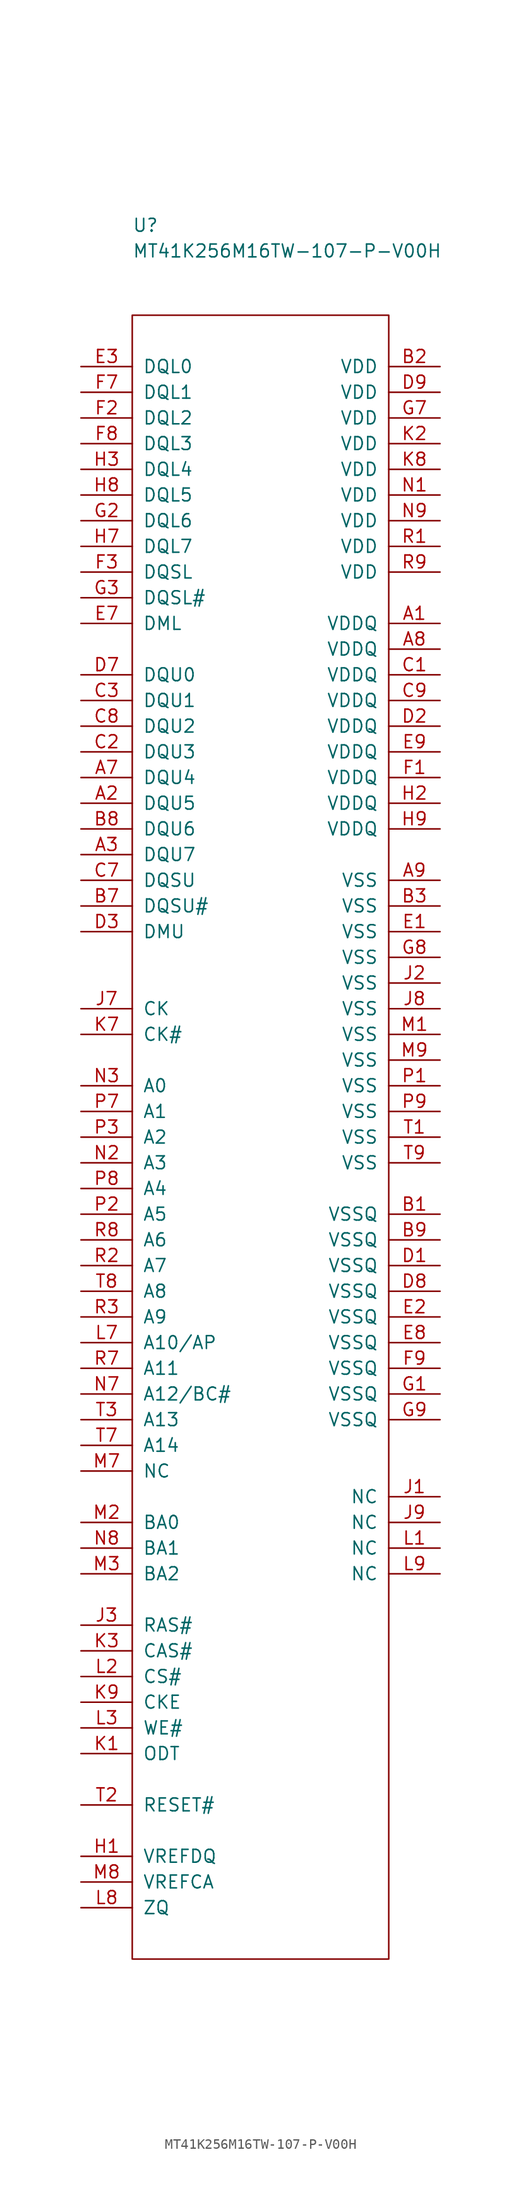
<source format=kicad_sym>
(kicad_symbol_lib
  (version 20211014)
  (generator kicad_symbol_editor)
  (symbol "MT41K256M16TW-107-P-V00H"
    (pin_names
      (offset 1.016))
    (property "Reference" "U"
      (at 0 8.89 0)
      (effects (font (size 1.27 1.27)) (justify left)))
    (property "Value" "MT41K256M16TW-107-P-V00H"
      (at 0 6.35 0)
      (effects (font (size 1.27 1.27)) (justify left)))
    (property "Footprint" ""
      (at 0 5.08 0)
      (effects (font (size 1.524 1.524))))
    (property "Datasheet" ""
      (at 0 5.08 0)
      (effects (font (size 1.524 1.524))))
    (symbol "MT41K256M16TW-107-P-V00H_0_1"
      (rectangle (start 0 0) (end 25.4 -162.56) (stroke (width 0.152) (type default) (color 0 0 0 0)) (fill (type none)))
      (pin passive line (at 30.48 -30.48 180) (length 5.08) (name "VDDQ" (effects (font (size 1.27 1.27)))) (number "A1" (effects (font (size 1.27 1.27)))))
      (pin passive line (at -5.08 -48.26 0) (length 5.08) (name "DQU5" (effects (font (size 1.27 1.27)))) (number "A2" (effects (font (size 1.27 1.27)))))
      (pin passive line (at -5.08 -53.34 0) (length 5.08) (name "DQU7" (effects (font (size 1.27 1.27)))) (number "A3" (effects (font (size 1.27 1.27)))))
      (pin passive line (at -5.08 -45.72 0) (length 5.08) (name "DQU4" (effects (font (size 1.27 1.27)))) (number "A7" (effects (font (size 1.27 1.27)))))
      (pin passive line (at 30.48 -33.02 180) (length 5.08) (name "VDDQ" (effects (font (size 1.27 1.27)))) (number "A8" (effects (font (size 1.27 1.27)))))
      (pin passive line (at 30.48 -55.88 180) (length 5.08) (name "VSS" (effects (font (size 1.27 1.27)))) (number "A9" (effects (font (size 1.27 1.27)))))
      (pin passive line (at 30.48 -88.9 180) (length 5.08) (name "VSSQ" (effects (font (size 1.27 1.27)))) (number "B1" (effects (font (size 1.27 1.27)))))
      (pin passive line (at 30.48 -5.08 180) (length 5.08) (name "VDD" (effects (font (size 1.27 1.27)))) (number "B2" (effects (font (size 1.27 1.27)))))
      (pin passive line (at 30.48 -58.42 180) (length 5.08) (name "VSS" (effects (font (size 1.27 1.27)))) (number "B3" (effects (font (size 1.27 1.27)))))
      (pin passive line (at -5.08 -58.42 0) (length 5.08) (name "DQSU#" (effects (font (size 1.27 1.27)))) (number "B7" (effects (font (size 1.27 1.27)))))
      (pin passive line (at -5.08 -50.8 0) (length 5.08) (name "DQU6" (effects (font (size 1.27 1.27)))) (number "B8" (effects (font (size 1.27 1.27)))))
      (pin passive line (at 30.48 -91.44 180) (length 5.08) (name "VSSQ" (effects (font (size 1.27 1.27)))) (number "B9" (effects (font (size 1.27 1.27)))))
      (pin passive line (at 30.48 -35.56 180) (length 5.08) (name "VDDQ" (effects (font (size 1.27 1.27)))) (number "C1" (effects (font (size 1.27 1.27)))))
      (pin passive line (at -5.08 -43.18 0) (length 5.08) (name "DQU3" (effects (font (size 1.27 1.27)))) (number "C2" (effects (font (size 1.27 1.27)))))
      (pin passive line (at -5.08 -38.1 0) (length 5.08) (name "DQU1" (effects (font (size 1.27 1.27)))) (number "C3" (effects (font (size 1.27 1.27)))))
      (pin passive line (at -5.08 -55.88 0) (length 5.08) (name "DQSU" (effects (font (size 1.27 1.27)))) (number "C7" (effects (font (size 1.27 1.27)))))
      (pin passive line (at -5.08 -40.64 0) (length 5.08) (name "DQU2" (effects (font (size 1.27 1.27)))) (number "C8" (effects (font (size 1.27 1.27)))))
      (pin passive line (at 30.48 -38.1 180) (length 5.08) (name "VDDQ" (effects (font (size 1.27 1.27)))) (number "C9" (effects (font (size 1.27 1.27)))))
      (pin passive line (at 30.48 -93.98 180) (length 5.08) (name "VSSQ" (effects (font (size 1.27 1.27)))) (number "D1" (effects (font (size 1.27 1.27)))))
      (pin passive line (at 30.48 -40.64 180) (length 5.08) (name "VDDQ" (effects (font (size 1.27 1.27)))) (number "D2" (effects (font (size 1.27 1.27)))))
      (pin passive line (at -5.08 -60.96 0) (length 5.08) (name "DMU" (effects (font (size 1.27 1.27)))) (number "D3" (effects (font (size 1.27 1.27)))))
      (pin passive line (at -5.08 -35.56 0) (length 5.08) (name "DQU0" (effects (font (size 1.27 1.27)))) (number "D7" (effects (font (size 1.27 1.27)))))
      (pin passive line (at 30.48 -96.52 180) (length 5.08) (name "VSSQ" (effects (font (size 1.27 1.27)))) (number "D8" (effects (font (size 1.27 1.27)))))
      (pin passive line (at 30.48 -7.62 180) (length 5.08) (name "VDD" (effects (font (size 1.27 1.27)))) (number "D9" (effects (font (size 1.27 1.27)))))
      (pin passive line (at 30.48 -60.96 180) (length 5.08) (name "VSS" (effects (font (size 1.27 1.27)))) (number "E1" (effects (font (size 1.27 1.27)))))
      (pin passive line (at 30.48 -99.06 180) (length 5.08) (name "VSSQ" (effects (font (size 1.27 1.27)))) (number "E2" (effects (font (size 1.27 1.27)))))
      (pin passive line (at -5.08 -5.08 0) (length 5.08) (name "DQL0" (effects (font (size 1.27 1.27)))) (number "E3" (effects (font (size 1.27 1.27)))))
      (pin passive line (at -5.08 -30.48 0) (length 5.08) (name "DML" (effects (font (size 1.27 1.27)))) (number "E7" (effects (font (size 1.27 1.27)))))
      (pin passive line (at 30.48 -101.6 180) (length 5.08) (name "VSSQ" (effects (font (size 1.27 1.27)))) (number "E8" (effects (font (size 1.27 1.27)))))
      (pin passive line (at 30.48 -43.18 180) (length 5.08) (name "VDDQ" (effects (font (size 1.27 1.27)))) (number "E9" (effects (font (size 1.27 1.27)))))
      (pin passive line (at 30.48 -45.72 180) (length 5.08) (name "VDDQ" (effects (font (size 1.27 1.27)))) (number "F1" (effects (font (size 1.27 1.27)))))
      (pin passive line (at -5.08 -10.16 0) (length 5.08) (name "DQL2" (effects (font (size 1.27 1.27)))) (number "F2" (effects (font (size 1.27 1.27)))))
      (pin passive line (at -5.08 -25.4 0) (length 5.08) (name "DQSL" (effects (font (size 1.27 1.27)))) (number "F3" (effects (font (size 1.27 1.27)))))
      (pin passive line (at -5.08 -7.62 0) (length 5.08) (name "DQL1" (effects (font (size 1.27 1.27)))) (number "F7" (effects (font (size 1.27 1.27)))))
      (pin passive line (at -5.08 -12.7 0) (length 5.08) (name "DQL3" (effects (font (size 1.27 1.27)))) (number "F8" (effects (font (size 1.27 1.27)))))
      (pin passive line (at 30.48 -104.14 180) (length 5.08) (name "VSSQ" (effects (font (size 1.27 1.27)))) (number "F9" (effects (font (size 1.27 1.27)))))
      (pin passive line (at 30.48 -106.68 180) (length 5.08) (name "VSSQ" (effects (font (size 1.27 1.27)))) (number "G1" (effects (font (size 1.27 1.27)))))
      (pin passive line (at -5.08 -20.32 0) (length 5.08) (name "DQL6" (effects (font (size 1.27 1.27)))) (number "G2" (effects (font (size 1.27 1.27)))))
      (pin passive line (at -5.08 -27.94 0) (length 5.08) (name "DQSL#" (effects (font (size 1.27 1.27)))) (number "G3" (effects (font (size 1.27 1.27)))))
      (pin passive line (at 30.48 -10.16 180) (length 5.08) (name "VDD" (effects (font (size 1.27 1.27)))) (number "G7" (effects (font (size 1.27 1.27)))))
      (pin passive line (at 30.48 -63.5 180) (length 5.08) (name "VSS" (effects (font (size 1.27 1.27)))) (number "G8" (effects (font (size 1.27 1.27)))))
      (pin passive line (at 30.48 -109.22 180) (length 5.08) (name "VSSQ" (effects (font (size 1.27 1.27)))) (number "G9" (effects (font (size 1.27 1.27)))))
      (pin passive line (at -5.08 -152.4 0) (length 5.08) (name "VREFDQ" (effects (font (size 1.27 1.27)))) (number "H1" (effects (font (size 1.27 1.27)))))
      (pin passive line (at 30.48 -48.26 180) (length 5.08) (name "VDDQ" (effects (font (size 1.27 1.27)))) (number "H2" (effects (font (size 1.27 1.27)))))
      (pin passive line (at -5.08 -15.24 0) (length 5.08) (name "DQL4" (effects (font (size 1.27 1.27)))) (number "H3" (effects (font (size 1.27 1.27)))))
      (pin passive line (at -5.08 -22.86 0) (length 5.08) (name "DQL7" (effects (font (size 1.27 1.27)))) (number "H7" (effects (font (size 1.27 1.27)))))
      (pin passive line (at -5.08 -17.78 0) (length 5.08) (name "DQL5" (effects (font (size 1.27 1.27)))) (number "H8" (effects (font (size 1.27 1.27)))))
      (pin passive line (at 30.48 -50.8 180) (length 5.08) (name "VDDQ" (effects (font (size 1.27 1.27)))) (number "H9" (effects (font (size 1.27 1.27)))))
      (pin passive line (at 30.48 -116.84 180) (length 5.08) (name "NC" (effects (font (size 1.27 1.27)))) (number "J1" (effects (font (size 1.27 1.27)))))
      (pin passive line (at 30.48 -66.04 180) (length 5.08) (name "VSS" (effects (font (size 1.27 1.27)))) (number "J2" (effects (font (size 1.27 1.27)))))
      (pin passive line (at -5.08 -129.54 0) (length 5.08) (name "RAS#" (effects (font (size 1.27 1.27)))) (number "J3" (effects (font (size 1.27 1.27)))))
      (pin passive line (at -5.08 -68.58 0) (length 5.08) (name "CK" (effects (font (size 1.27 1.27)))) (number "J7" (effects (font (size 1.27 1.27)))))
      (pin passive line (at 30.48 -68.58 180) (length 5.08) (name "VSS" (effects (font (size 1.27 1.27)))) (number "J8" (effects (font (size 1.27 1.27)))))
      (pin passive line (at 30.48 -119.38 180) (length 5.08) (name "NC" (effects (font (size 1.27 1.27)))) (number "J9" (effects (font (size 1.27 1.27)))))
      (pin passive line (at -5.08 -142.24 0) (length 5.08) (name "ODT" (effects (font (size 1.27 1.27)))) (number "K1" (effects (font (size 1.27 1.27)))))
      (pin passive line (at 30.48 -12.7 180) (length 5.08) (name "VDD" (effects (font (size 1.27 1.27)))) (number "K2" (effects (font (size 1.27 1.27)))))
      (pin passive line (at -5.08 -132.08 0) (length 5.08) (name "CAS#" (effects (font (size 1.27 1.27)))) (number "K3" (effects (font (size 1.27 1.27)))))
      (pin passive line (at -5.08 -71.12 0) (length 5.08) (name "CK#" (effects (font (size 1.27 1.27)))) (number "K7" (effects (font (size 1.27 1.27)))))
      (pin passive line (at 30.48 -15.24 180) (length 5.08) (name "VDD" (effects (font (size 1.27 1.27)))) (number "K8" (effects (font (size 1.27 1.27)))))
      (pin passive line (at -5.08 -137.16 0) (length 5.08) (name "CKE" (effects (font (size 1.27 1.27)))) (number "K9" (effects (font (size 1.27 1.27)))))
      (pin passive line (at 30.48 -121.92 180) (length 5.08) (name "NC" (effects (font (size 1.27 1.27)))) (number "L1" (effects (font (size 1.27 1.27)))))
      (pin passive line (at -5.08 -134.62 0) (length 5.08) (name "CS#" (effects (font (size 1.27 1.27)))) (number "L2" (effects (font (size 1.27 1.27)))))
      (pin passive line (at -5.08 -139.7 0) (length 5.08) (name "WE#" (effects (font (size 1.27 1.27)))) (number "L3" (effects (font (size 1.27 1.27)))))
      (pin passive line (at -5.08 -101.6 0) (length 5.08) (name "A10/AP" (effects (font (size 1.27 1.27)))) (number "L7" (effects (font (size 1.27 1.27)))))
      (pin passive line (at -5.08 -157.48 0) (length 5.08) (name "ZQ" (effects (font (size 1.27 1.27)))) (number "L8" (effects (font (size 1.27 1.27)))))
      (pin passive line (at 30.48 -124.46 180) (length 5.08) (name "NC" (effects (font (size 1.27 1.27)))) (number "L9" (effects (font (size 1.27 1.27)))))
      (pin passive line (at 30.48 -71.12 180) (length 5.08) (name "VSS" (effects (font (size 1.27 1.27)))) (number "M1" (effects (font (size 1.27 1.27)))))
      (pin passive line (at -5.08 -119.38 0) (length 5.08) (name "BA0" (effects (font (size 1.27 1.27)))) (number "M2" (effects (font (size 1.27 1.27)))))
      (pin passive line (at -5.08 -124.46 0) (length 5.08) (name "BA2" (effects (font (size 1.27 1.27)))) (number "M3" (effects (font (size 1.27 1.27)))))
      (pin passive line (at -5.08 -114.3 0) (length 5.08) (name "NC" (effects (font (size 1.27 1.27)))) (number "M7" (effects (font (size 1.27 1.27)))))
      (pin passive line (at -5.08 -154.94 0) (length 5.08) (name "VREFCA" (effects (font (size 1.27 1.27)))) (number "M8" (effects (font (size 1.27 1.27)))))
      (pin passive line (at 30.48 -73.66 180) (length 5.08) (name "VSS" (effects (font (size 1.27 1.27)))) (number "M9" (effects (font (size 1.27 1.27)))))
      (pin passive line (at 30.48 -17.78 180) (length 5.08) (name "VDD" (effects (font (size 1.27 1.27)))) (number "N1" (effects (font (size 1.27 1.27)))))
      (pin passive line (at -5.08 -83.82 0) (length 5.08) (name "A3" (effects (font (size 1.27 1.27)))) (number "N2" (effects (font (size 1.27 1.27)))))
      (pin passive line (at -5.08 -76.2 0) (length 5.08) (name "A0" (effects (font (size 1.27 1.27)))) (number "N3" (effects (font (size 1.27 1.27)))))
      (pin passive line (at -5.08 -106.68 0) (length 5.08) (name "A12/BC#" (effects (font (size 1.27 1.27)))) (number "N7" (effects (font (size 1.27 1.27)))))
      (pin passive line (at -5.08 -121.92 0) (length 5.08) (name "BA1" (effects (font (size 1.27 1.27)))) (number "N8" (effects (font (size 1.27 1.27)))))
      (pin passive line (at 30.48 -20.32 180) (length 5.08) (name "VDD" (effects (font (size 1.27 1.27)))) (number "N9" (effects (font (size 1.27 1.27)))))
      (pin passive line (at 30.48 -76.2 180) (length 5.08) (name "VSS" (effects (font (size 1.27 1.27)))) (number "P1" (effects (font (size 1.27 1.27)))))
      (pin passive line (at -5.08 -88.9 0) (length 5.08) (name "A5" (effects (font (size 1.27 1.27)))) (number "P2" (effects (font (size 1.27 1.27)))))
      (pin passive line (at -5.08 -81.28 0) (length 5.08) (name "A2" (effects (font (size 1.27 1.27)))) (number "P3" (effects (font (size 1.27 1.27)))))
      (pin passive line (at -5.08 -78.74 0) (length 5.08) (name "A1" (effects (font (size 1.27 1.27)))) (number "P7" (effects (font (size 1.27 1.27)))))
      (pin passive line (at -5.08 -86.36 0) (length 5.08) (name "A4" (effects (font (size 1.27 1.27)))) (number "P8" (effects (font (size 1.27 1.27)))))
      (pin passive line (at 30.48 -78.74 180) (length 5.08) (name "VSS" (effects (font (size 1.27 1.27)))) (number "P9" (effects (font (size 1.27 1.27)))))
      (pin passive line (at 30.48 -22.86 180) (length 5.08) (name "VDD" (effects (font (size 1.27 1.27)))) (number "R1" (effects (font (size 1.27 1.27)))))
      (pin passive line (at -5.08 -93.98 0) (length 5.08) (name "A7" (effects (font (size 1.27 1.27)))) (number "R2" (effects (font (size 1.27 1.27)))))
      (pin passive line (at -5.08 -99.06 0) (length 5.08) (name "A9" (effects (font (size 1.27 1.27)))) (number "R3" (effects (font (size 1.27 1.27)))))
      (pin passive line (at -5.08 -104.14 0) (length 5.08) (name "A11" (effects (font (size 1.27 1.27)))) (number "R7" (effects (font (size 1.27 1.27)))))
      (pin passive line (at -5.08 -91.44 0) (length 5.08) (name "A6" (effects (font (size 1.27 1.27)))) (number "R8" (effects (font (size 1.27 1.27)))))
      (pin passive line (at 30.48 -25.4 180) (length 5.08) (name "VDD" (effects (font (size 1.27 1.27)))) (number "R9" (effects (font (size 1.27 1.27)))))
      (pin passive line (at 30.48 -81.28 180) (length 5.08) (name "VSS" (effects (font (size 1.27 1.27)))) (number "T1" (effects (font (size 1.27 1.27)))))
      (pin passive line (at -5.08 -147.32 0) (length 5.08) (name "RESET#" (effects (font (size 1.27 1.27)))) (number "T2" (effects (font (size 1.27 1.27)))))
      (pin passive line (at -5.08 -109.22 0) (length 5.08) (name "A13" (effects (font (size 1.27 1.27)))) (number "T3" (effects (font (size 1.27 1.27)))))
      (pin passive line (at -5.08 -111.76 0) (length 5.08) (name "A14" (effects (font (size 1.27 1.27)))) (number "T7" (effects (font (size 1.27 1.27)))))
      (pin passive line (at -5.08 -96.52 0) (length 5.08) (name "A8" (effects (font (size 1.27 1.27)))) (number "T8" (effects (font (size 1.27 1.27)))))
      (pin passive line (at 30.48 -83.82 180) (length 5.08) (name "VSS" (effects (font (size 1.27 1.27)))) (number "T9" (effects (font (size 1.27 1.27))))))))
</source>
